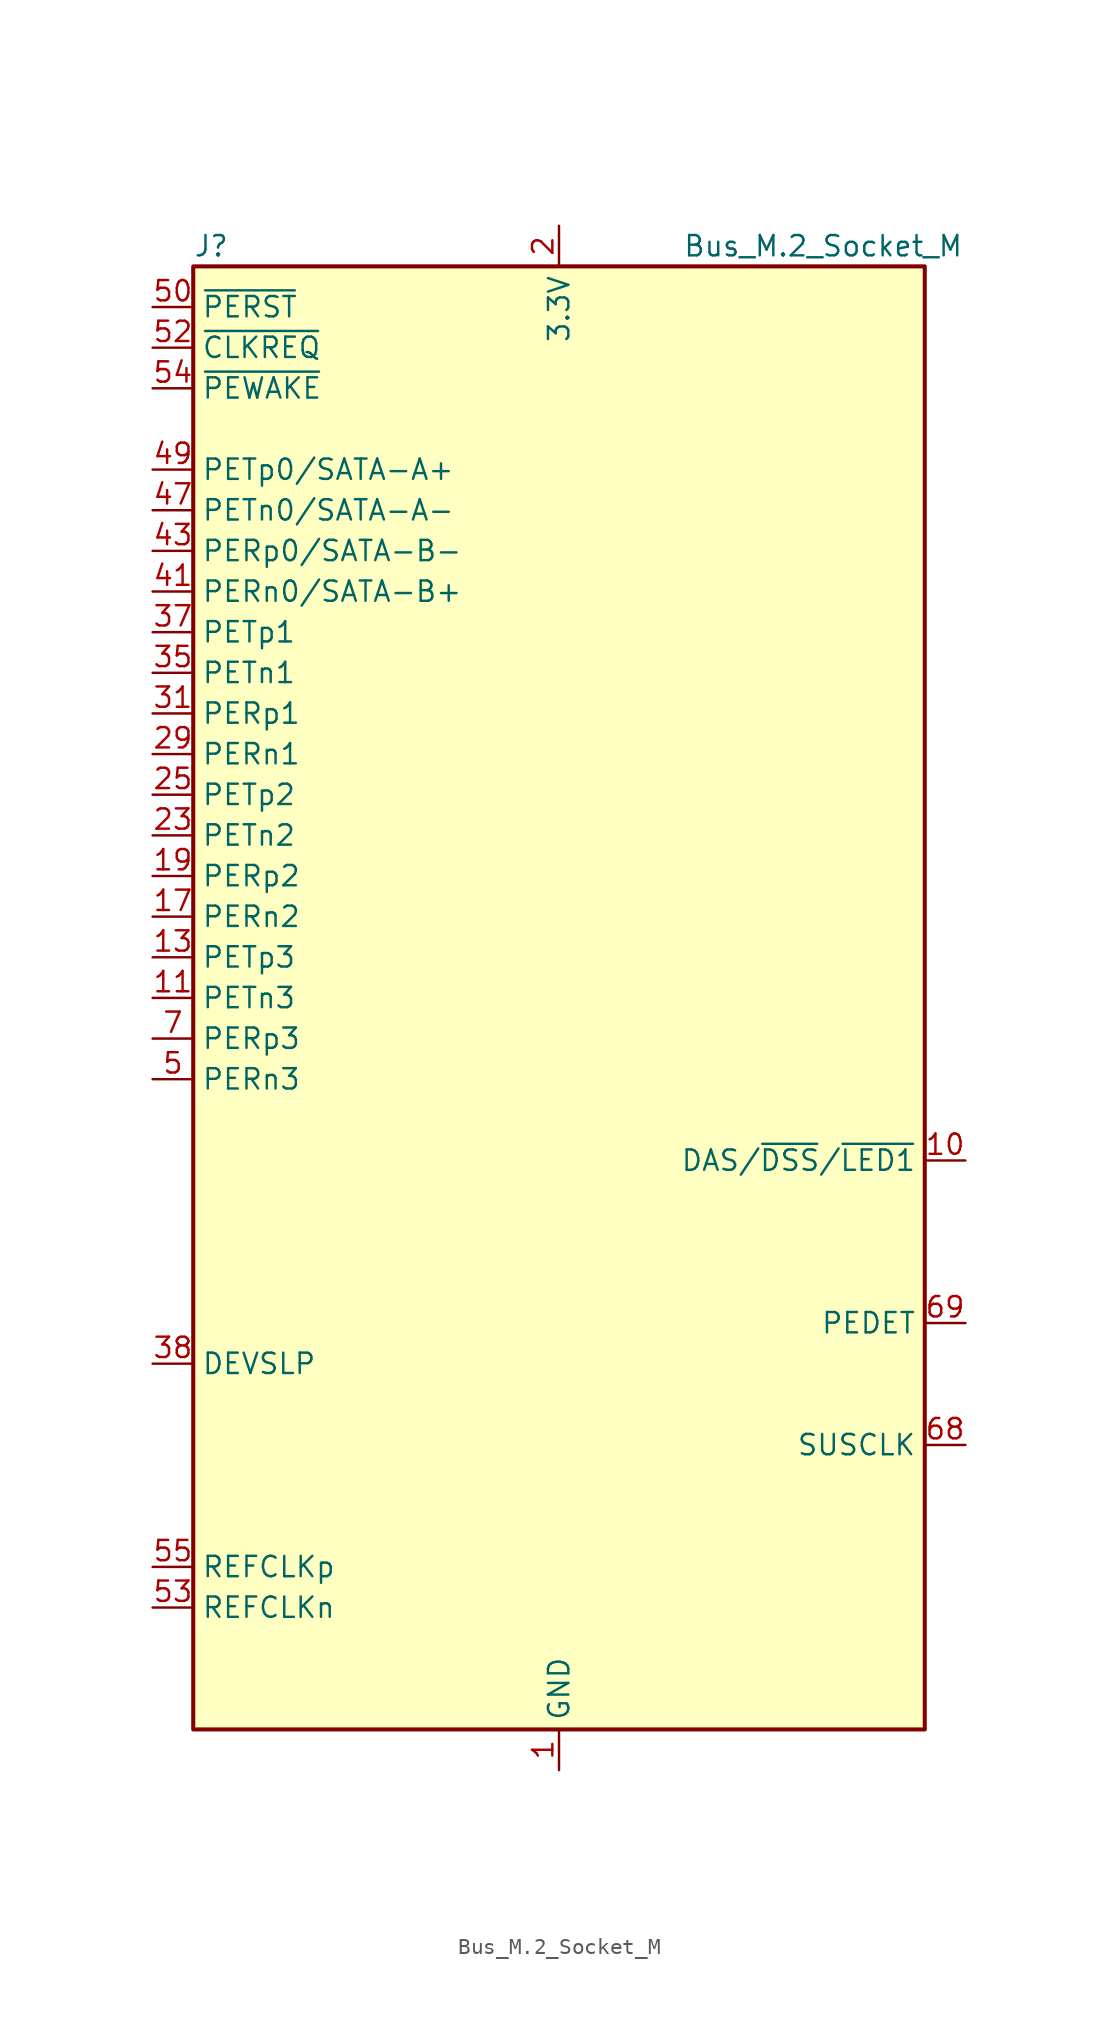
<source format=kicad_sym>
(kicad_symbol_lib
  (version 20201005)
  (generator kicad_symbol_editor)
  (symbol "Connector:Bus_M.2_Socket_M"
    (property "Reference" "J"
      (at -22.86 46.99 0)
      (effects (font (size 1.27 1.27)) (justify left)))
    (property "Value" "Bus_M.2_Socket_M"
      (at 16.51 46.99 0)
      (effects (font (size 1.27 1.27))))
    (symbol "Bus_M.2_Socket_M_0_1"
      (rectangle (start -22.86 45.72) (end 22.86 -45.72) (stroke (width 0.254)) (fill (type background))))
    (symbol "Bus_M.2_Socket_M_1_1"
      (pin power_in line (at 0 -48.26 90) (length 2.54) (name "GND" (effects (font (size 1.27 1.27)))) (number "1" (effects (font (size 1.27 1.27)))))
      (pin bidirectional line (at 25.4 -10.16 180) (length 2.54) (name "DAS/~DSS~/~LED1" (effects (font (size 1.27 1.27)))) (number "10" (effects (font (size 1.27 1.27)))))
      (pin output line (at -25.4 0 0) (length 2.54) (name "PETn3" (effects (font (size 1.27 1.27)))) (number "11" (effects (font (size 1.27 1.27)))))
      (pin passive line (at 0 48.26 270) (length 2.54) hide (name "3.3V" (effects (font (size 1.27 1.27)))) (number "12" (effects (font (size 1.27 1.27)))))
      (pin output line (at -25.4 2.54 0) (length 2.54) (name "PETp3" (effects (font (size 1.27 1.27)))) (number "13" (effects (font (size 1.27 1.27)))))
      (pin passive line (at 0 48.26 270) (length 2.54) hide (name "3.3V" (effects (font (size 1.27 1.27)))) (number "14" (effects (font (size 1.27 1.27)))))
      (pin passive line (at 0 -48.26 90) (length 2.54) hide (name "GND" (effects (font (size 1.27 1.27)))) (number "15" (effects (font (size 1.27 1.27)))))
      (pin passive line (at 0 48.26 270) (length 2.54) hide (name "3.3V" (effects (font (size 1.27 1.27)))) (number "16" (effects (font (size 1.27 1.27)))))
      (pin input line (at -25.4 5.08 0) (length 2.54) (name "PERn2" (effects (font (size 1.27 1.27)))) (number "17" (effects (font (size 1.27 1.27)))))
      (pin passive line (at 0 48.26 270) (length 2.54) hide (name "3.3V" (effects (font (size 1.27 1.27)))) (number "18" (effects (font (size 1.27 1.27)))))
      (pin input line (at -25.4 7.62 0) (length 2.54) (name "PERp2" (effects (font (size 1.27 1.27)))) (number "19" (effects (font (size 1.27 1.27)))))
      (pin power_in line (at 0 48.26 270) (length 2.54) (name "3.3V" (effects (font (size 1.27 1.27)))) (number "2" (effects (font (size 1.27 1.27)))))
      (pin no_connect line (at 22.86 2.54 180) (length 2.54) hide (name "NC" (effects (font (size 1.27 1.27)))) (number "20" (effects (font (size 1.27 1.27)))))
      (pin passive line (at 0 -48.26 90) (length 2.54) hide (name "GND" (effects (font (size 1.27 1.27)))) (number "21" (effects (font (size 1.27 1.27)))))
      (pin no_connect line (at 22.86 5.08 180) (length 2.54) hide (name "NC" (effects (font (size 1.27 1.27)))) (number "22" (effects (font (size 1.27 1.27)))))
      (pin output line (at -25.4 10.16 0) (length 2.54) (name "PETn2" (effects (font (size 1.27 1.27)))) (number "23" (effects (font (size 1.27 1.27)))))
      (pin no_connect line (at 22.86 7.62 180) (length 2.54) hide (name "NC" (effects (font (size 1.27 1.27)))) (number "24" (effects (font (size 1.27 1.27)))))
      (pin output line (at -25.4 12.7 0) (length 2.54) (name "PETp2" (effects (font (size 1.27 1.27)))) (number "25" (effects (font (size 1.27 1.27)))))
      (pin no_connect line (at 22.86 10.16 180) (length 2.54) hide (name "NC" (effects (font (size 1.27 1.27)))) (number "26" (effects (font (size 1.27 1.27)))))
      (pin passive line (at 0 -48.26 90) (length 2.54) hide (name "GND" (effects (font (size 1.27 1.27)))) (number "27" (effects (font (size 1.27 1.27)))))
      (pin no_connect line (at 22.86 12.7 180) (length 2.54) hide (name "NC" (effects (font (size 1.27 1.27)))) (number "28" (effects (font (size 1.27 1.27)))))
      (pin input line (at -25.4 15.24 0) (length 2.54) (name "PERn1" (effects (font (size 1.27 1.27)))) (number "29" (effects (font (size 1.27 1.27)))))
      (pin passive line (at 0 -48.26 90) (length 2.54) hide (name "GND" (effects (font (size 1.27 1.27)))) (number "3" (effects (font (size 1.27 1.27)))))
      (pin no_connect line (at 22.86 15.24 180) (length 2.54) hide (name "NC" (effects (font (size 1.27 1.27)))) (number "30" (effects (font (size 1.27 1.27)))))
      (pin input line (at -25.4 17.78 0) (length 2.54) (name "PERp1" (effects (font (size 1.27 1.27)))) (number "31" (effects (font (size 1.27 1.27)))))
      (pin no_connect line (at 22.86 17.78 180) (length 2.54) hide (name "NC" (effects (font (size 1.27 1.27)))) (number "32" (effects (font (size 1.27 1.27)))))
      (pin passive line (at 0 -48.26 90) (length 2.54) hide (name "GND" (effects (font (size 1.27 1.27)))) (number "33" (effects (font (size 1.27 1.27)))))
      (pin no_connect line (at 22.86 20.32 180) (length 2.54) hide (name "NC" (effects (font (size 1.27 1.27)))) (number "34" (effects (font (size 1.27 1.27)))))
      (pin output line (at -25.4 20.32 0) (length 2.54) (name "PETn1" (effects (font (size 1.27 1.27)))) (number "35" (effects (font (size 1.27 1.27)))))
      (pin no_connect line (at 22.86 22.86 180) (length 2.54) hide (name "NC" (effects (font (size 1.27 1.27)))) (number "36" (effects (font (size 1.27 1.27)))))
      (pin output line (at -25.4 22.86 0) (length 2.54) (name "PETp1" (effects (font (size 1.27 1.27)))) (number "37" (effects (font (size 1.27 1.27)))))
      (pin output line (at -25.4 -22.86 0) (length 2.54) (name "DEVSLP" (effects (font (size 1.27 1.27)))) (number "38" (effects (font (size 1.27 1.27)))))
      (pin passive line (at 0 -48.26 90) (length 2.54) hide (name "GND" (effects (font (size 1.27 1.27)))) (number "39" (effects (font (size 1.27 1.27)))))
      (pin passive line (at 0 48.26 270) (length 2.54) hide (name "3.3V" (effects (font (size 1.27 1.27)))) (number "4" (effects (font (size 1.27 1.27)))))
      (pin no_connect line (at 22.86 25.4 180) (length 2.54) hide (name "NC" (effects (font (size 1.27 1.27)))) (number "40" (effects (font (size 1.27 1.27)))))
      (pin input line (at -25.4 25.4 0) (length 2.54) (name "PERn0/SATA-B+" (effects (font (size 1.27 1.27)))) (number "41" (effects (font (size 1.27 1.27)))))
      (pin no_connect line (at 22.86 27.94 180) (length 2.54) hide (name "NC" (effects (font (size 1.27 1.27)))) (number "42" (effects (font (size 1.27 1.27)))))
      (pin input line (at -25.4 27.94 0) (length 2.54) (name "PERp0/SATA-B-" (effects (font (size 1.27 1.27)))) (number "43" (effects (font (size 1.27 1.27)))))
      (pin no_connect line (at 22.86 30.48 180) (length 2.54) hide (name "NC" (effects (font (size 1.27 1.27)))) (number "44" (effects (font (size 1.27 1.27)))))
      (pin passive line (at 0 -48.26 90) (length 2.54) hide (name "GND" (effects (font (size 1.27 1.27)))) (number "45" (effects (font (size 1.27 1.27)))))
      (pin no_connect line (at 22.86 33.02 180) (length 2.54) hide (name "NC" (effects (font (size 1.27 1.27)))) (number "46" (effects (font (size 1.27 1.27)))))
      (pin output line (at -25.4 30.48 0) (length 2.54) (name "PETn0/SATA-A-" (effects (font (size 1.27 1.27)))) (number "47" (effects (font (size 1.27 1.27)))))
      (pin no_connect line (at 22.86 35.56 180) (length 2.54) hide (name "NC" (effects (font (size 1.27 1.27)))) (number "48" (effects (font (size 1.27 1.27)))))
      (pin output line (at -25.4 33.02 0) (length 2.54) (name "PETp0/SATA-A+" (effects (font (size 1.27 1.27)))) (number "49" (effects (font (size 1.27 1.27)))))
      (pin input line (at -25.4 -5.08 0) (length 2.54) (name "PERn3" (effects (font (size 1.27 1.27)))) (number "5" (effects (font (size 1.27 1.27)))))
      (pin output line (at -25.4 43.18 0) (length 2.54) (name "~PERST" (effects (font (size 1.27 1.27)))) (number "50" (effects (font (size 1.27 1.27)))))
      (pin passive line (at 0 -48.26 90) (length 2.54) hide (name "GND" (effects (font (size 1.27 1.27)))) (number "51" (effects (font (size 1.27 1.27)))))
      (pin bidirectional line (at -25.4 40.64 0) (length 2.54) (name "~CLKREQ" (effects (font (size 1.27 1.27)))) (number "52" (effects (font (size 1.27 1.27)))))
      (pin output line (at -25.4 -38.1 0) (length 2.54) (name "REFCLKn" (effects (font (size 1.27 1.27)))) (number "53" (effects (font (size 1.27 1.27)))))
      (pin bidirectional line (at -25.4 38.1 0) (length 2.54) (name "~PEWAKE" (effects (font (size 1.27 1.27)))) (number "54" (effects (font (size 1.27 1.27)))))
      (pin output line (at -25.4 -35.56 0) (length 2.54) (name "REFCLKp" (effects (font (size 1.27 1.27)))) (number "55" (effects (font (size 1.27 1.27)))))
      (pin no_connect line (at 22.86 38.1 180) (length 2.54) hide (name "NC" (effects (font (size 1.27 1.27)))) (number "56" (effects (font (size 1.27 1.27)))))
      (pin passive line (at 0 -48.26 90) (length 2.54) hide (name "GND" (effects (font (size 1.27 1.27)))) (number "57" (effects (font (size 1.27 1.27)))))
      (pin no_connect line (at 22.86 40.64 180) (length 2.54) hide (name "NC" (effects (font (size 1.27 1.27)))) (number "58" (effects (font (size 1.27 1.27)))))
      (pin no_connect line (at 22.86 -2.54 180) (length 2.54) hide (name "NC" (effects (font (size 1.27 1.27)))) (number "6" (effects (font (size 1.27 1.27)))))
      (pin no_connect line (at 22.86 -5.08 180) (length 2.54) hide (name "NC" (effects (font (size 1.27 1.27)))) (number "67" (effects (font (size 1.27 1.27)))))
      (pin output line (at 25.4 -27.94 180) (length 2.54) (name "SUSCLK" (effects (font (size 1.27 1.27)))) (number "68" (effects (font (size 1.27 1.27)))))
      (pin passive line (at 25.4 -20.32 180) (length 2.54) (name "PEDET" (effects (font (size 1.27 1.27)))) (number "69" (effects (font (size 1.27 1.27)))))
      (pin input line (at -25.4 -2.54 0) (length 2.54) (name "PERp3" (effects (font (size 1.27 1.27)))) (number "7" (effects (font (size 1.27 1.27)))))
      (pin passive line (at 0 48.26 270) (length 2.54) hide (name "3.3V" (effects (font (size 1.27 1.27)))) (number "70" (effects (font (size 1.27 1.27)))))
      (pin passive line (at 0 -48.26 90) (length 2.54) hide (name "GND" (effects (font (size 1.27 1.27)))) (number "71" (effects (font (size 1.27 1.27)))))
      (pin passive line (at 0 48.26 270) (length 2.54) hide (name "3.3V" (effects (font (size 1.27 1.27)))) (number "72" (effects (font (size 1.27 1.27)))))
      (pin passive line (at 0 -48.26 90) (length 2.54) hide (name "GND" (effects (font (size 1.27 1.27)))) (number "73" (effects (font (size 1.27 1.27)))))
      (pin passive line (at 0 48.26 270) (length 2.54) hide (name "3.3V" (effects (font (size 1.27 1.27)))) (number "74" (effects (font (size 1.27 1.27)))))
      (pin passive line (at 0 -48.26 90) (length 2.54) hide (name "GND" (effects (font (size 1.27 1.27)))) (number "75" (effects (font (size 1.27 1.27)))))
      (pin no_connect line (at 22.86 0 180) (length 2.54) hide (name "NC" (effects (font (size 1.27 1.27)))) (number "8" (effects (font (size 1.27 1.27)))))
      (pin passive line (at 0 -48.26 90) (length 2.54) hide (name "GND" (effects (font (size 1.27 1.27)))) (number "9" (effects (font (size 1.27 1.27))))))))
</source>
